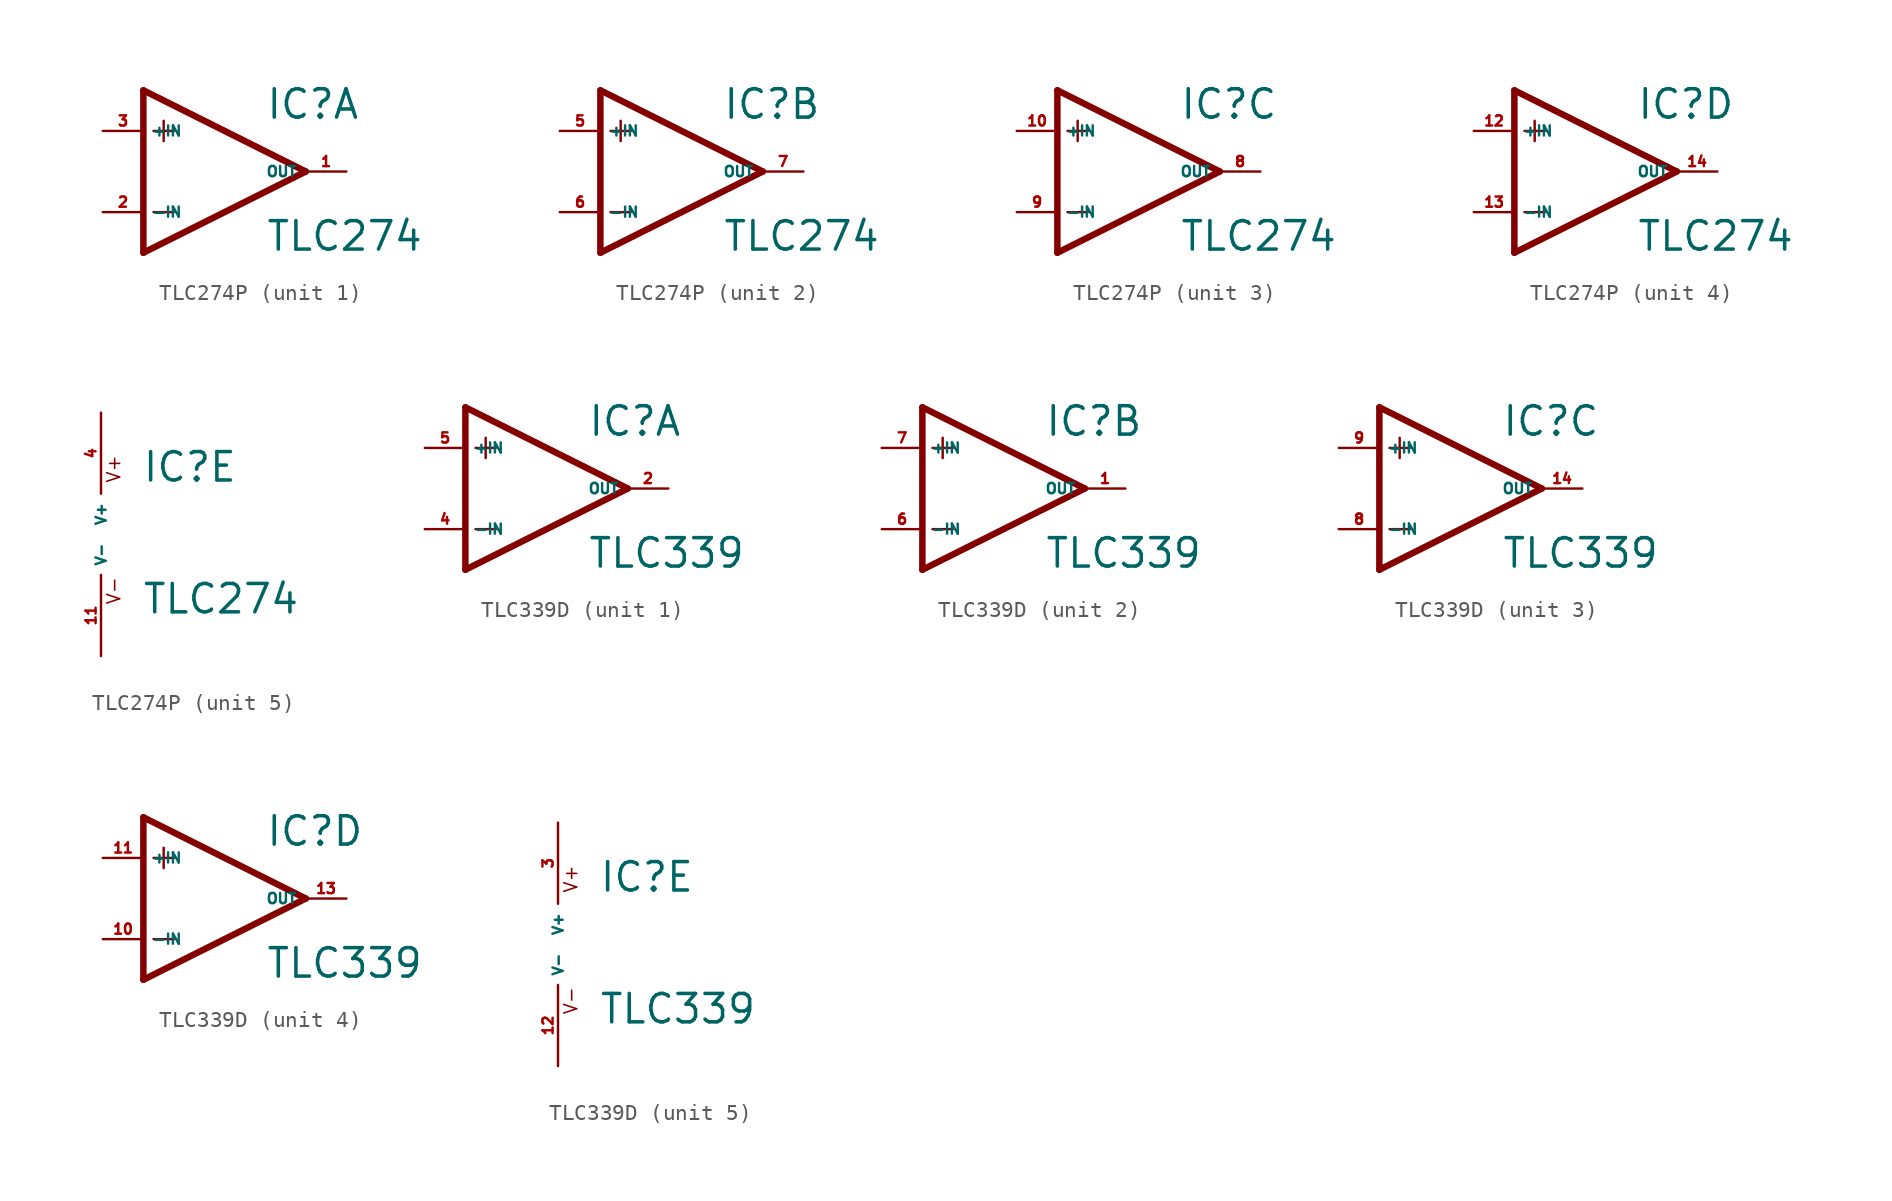
<source format=kicad_sym>
(kicad_symbol_lib
  (version 20220914)
  (generator Eagle2Kicad)
  (symbol "TLC274P"
    (property "Reference" "IC"
      (at 2.54 3.175 0)
      (effects (font (size 1.778 1.778) (thickness 0.22)) (justify left bottom)))
    (property "Value" "TLC274"
      (at 2.54 -5.08 0)
      (effects (font (size 1.778 1.778) (thickness 0.22)) (justify left bottom)))
    (symbol "TLC274P_1_0"
      (polyline (pts (xy -5.08 5.08) (xy -5.08 -5.08)) (stroke (width 0.406) (type default)) (fill (type none)))
      (polyline (pts (xy -5.08 -5.08) (xy 5.08 0)) (stroke (width 0.406) (type default)) (fill (type none)))
      (polyline (pts (xy 5.08 0) (xy -5.08 5.08)) (stroke (width 0.406) (type default)) (fill (type none)))
      (polyline (pts (xy -3.81 3.175) (xy -3.81 1.905)) (stroke (width 0.152) (type default)) (fill (type none)))
      (polyline (pts (xy -4.445 2.54) (xy -3.175 2.54)) (stroke (width 0.152) (type default)) (fill (type none)))
      (polyline (pts (xy -4.445 -2.54) (xy -3.175 -2.54)) (stroke (width 0.152) (type default)) (fill (type none)))
      (pin input line (at -7.62 -2.54 0) (length 2.54) (name "-IN" (effects (font (size 0.635 0.635) (thickness 0.08)) (justify left bottom))) (number "2" (effects (font (size 0.635 0.635) (thickness 0.08)) (justify left bottom))))
      (pin input line (at -7.62 2.54 0) (length 2.54) (name "+IN" (effects (font (size 0.635 0.635) (thickness 0.08)) (justify left bottom))) (number "3" (effects (font (size 0.635 0.635) (thickness 0.08)) (justify left bottom))))
      (pin output line (at 7.62 0 180) (length 2.54) (name "OUT" (effects (font (size 0.635 0.635) (thickness 0.08)) (justify left bottom))) (number "1" (effects (font (size 0.635 0.635) (thickness 0.08)) (justify left bottom)))))
    (symbol "TLC274P_2_0"
      (polyline (pts (xy -5.08 5.08) (xy -5.08 -5.08)) (stroke (width 0.406) (type default)) (fill (type none)))
      (polyline (pts (xy -5.08 -5.08) (xy 5.08 0)) (stroke (width 0.406) (type default)) (fill (type none)))
      (polyline (pts (xy 5.08 0) (xy -5.08 5.08)) (stroke (width 0.406) (type default)) (fill (type none)))
      (polyline (pts (xy -3.81 3.175) (xy -3.81 1.905)) (stroke (width 0.152) (type default)) (fill (type none)))
      (polyline (pts (xy -4.445 2.54) (xy -3.175 2.54)) (stroke (width 0.152) (type default)) (fill (type none)))
      (polyline (pts (xy -4.445 -2.54) (xy -3.175 -2.54)) (stroke (width 0.152) (type default)) (fill (type none)))
      (pin input line (at -7.62 -2.54 0) (length 2.54) (name "-IN" (effects (font (size 0.635 0.635) (thickness 0.08)) (justify left bottom))) (number "6" (effects (font (size 0.635 0.635) (thickness 0.08)) (justify left bottom))))
      (pin input line (at -7.62 2.54 0) (length 2.54) (name "+IN" (effects (font (size 0.635 0.635) (thickness 0.08)) (justify left bottom))) (number "5" (effects (font (size 0.635 0.635) (thickness 0.08)) (justify left bottom))))
      (pin output line (at 7.62 0 180) (length 2.54) (name "OUT" (effects (font (size 0.635 0.635) (thickness 0.08)) (justify left bottom))) (number "7" (effects (font (size 0.635 0.635) (thickness 0.08)) (justify left bottom)))))
    (symbol "TLC274P_3_0"
      (polyline (pts (xy -5.08 5.08) (xy -5.08 -5.08)) (stroke (width 0.406) (type default)) (fill (type none)))
      (polyline (pts (xy -5.08 -5.08) (xy 5.08 0)) (stroke (width 0.406) (type default)) (fill (type none)))
      (polyline (pts (xy 5.08 0) (xy -5.08 5.08)) (stroke (width 0.406) (type default)) (fill (type none)))
      (polyline (pts (xy -3.81 3.175) (xy -3.81 1.905)) (stroke (width 0.152) (type default)) (fill (type none)))
      (polyline (pts (xy -4.445 2.54) (xy -3.175 2.54)) (stroke (width 0.152) (type default)) (fill (type none)))
      (polyline (pts (xy -4.445 -2.54) (xy -3.175 -2.54)) (stroke (width 0.152) (type default)) (fill (type none)))
      (pin input line (at -7.62 -2.54 0) (length 2.54) (name "-IN" (effects (font (size 0.635 0.635) (thickness 0.08)) (justify left bottom))) (number "9" (effects (font (size 0.635 0.635) (thickness 0.08)) (justify left bottom))))
      (pin input line (at -7.62 2.54 0) (length 2.54) (name "+IN" (effects (font (size 0.635 0.635) (thickness 0.08)) (justify left bottom))) (number "10" (effects (font (size 0.635 0.635) (thickness 0.08)) (justify left bottom))))
      (pin output line (at 7.62 0 180) (length 2.54) (name "OUT" (effects (font (size 0.635 0.635) (thickness 0.08)) (justify left bottom))) (number "8" (effects (font (size 0.635 0.635) (thickness 0.08)) (justify left bottom)))))
    (symbol "TLC274P_4_0"
      (polyline (pts (xy -5.08 5.08) (xy -5.08 -5.08)) (stroke (width 0.406) (type default)) (fill (type none)))
      (polyline (pts (xy -5.08 -5.08) (xy 5.08 0)) (stroke (width 0.406) (type default)) (fill (type none)))
      (polyline (pts (xy 5.08 0) (xy -5.08 5.08)) (stroke (width 0.406) (type default)) (fill (type none)))
      (polyline (pts (xy -3.81 3.175) (xy -3.81 1.905)) (stroke (width 0.152) (type default)) (fill (type none)))
      (polyline (pts (xy -4.445 2.54) (xy -3.175 2.54)) (stroke (width 0.152) (type default)) (fill (type none)))
      (polyline (pts (xy -4.445 -2.54) (xy -3.175 -2.54)) (stroke (width 0.152) (type default)) (fill (type none)))
      (pin input line (at -7.62 -2.54 0) (length 2.54) (name "-IN" (effects (font (size 0.635 0.635) (thickness 0.08)) (justify left bottom))) (number "13" (effects (font (size 0.635 0.635) (thickness 0.08)) (justify left bottom))))
      (pin input line (at -7.62 2.54 0) (length 2.54) (name "+IN" (effects (font (size 0.635 0.635) (thickness 0.08)) (justify left bottom))) (number "12" (effects (font (size 0.635 0.635) (thickness 0.08)) (justify left bottom))))
      (pin output line (at 7.62 0 180) (length 2.54) (name "OUT" (effects (font (size 0.635 0.635) (thickness 0.08)) (justify left bottom))) (number "14" (effects (font (size 0.635 0.635) (thickness 0.08)) (justify left bottom)))))
    (symbol "TLC274P_5_0"
      (text "V+" (at 1.27 3.175 900) (effects (font (size 0.813 0.813) (thickness 0.10)) (justify left bottom)))
      (text "V-" (at 1.27 -4.445 900) (effects (font (size 0.813 0.813) (thickness 0.10)) (justify left bottom)))
      (pin unspecified line (at 0 7.62 270) (length 5.08) (name "V+" (effects (font (size 0.635 0.635) (thickness 0.08)) (justify left bottom))) (number "4" (effects (font (size 0.635 0.635) (thickness 0.08)) (justify left bottom))))
      (pin unspecified line (at 0 -7.62 90) (length 5.08) (name "V-" (effects (font (size 0.635 0.635) (thickness 0.08)) (justify left bottom))) (number "11" (effects (font (size 0.635 0.635) (thickness 0.08)) (justify left bottom))))))
  (symbol "TLC339D"
    (property "Reference" "IC"
      (at 2.54 3.175 0)
      (effects (font (size 1.778 1.778) (thickness 0.22)) (justify left bottom)))
    (property "Value" "TLC339"
      (at 2.54 -5.08 0)
      (effects (font (size 1.778 1.778) (thickness 0.22)) (justify left bottom)))
    (symbol "TLC339D_1_0"
      (polyline (pts (xy -5.08 5.08) (xy -5.08 -5.08)) (stroke (width 0.406) (type default)) (fill (type none)))
      (polyline (pts (xy -5.08 -5.08) (xy 5.08 0)) (stroke (width 0.406) (type default)) (fill (type none)))
      (polyline (pts (xy 5.08 0) (xy -5.08 5.08)) (stroke (width 0.406) (type default)) (fill (type none)))
      (polyline (pts (xy -3.81 3.175) (xy -3.81 1.905)) (stroke (width 0.152) (type default)) (fill (type none)))
      (polyline (pts (xy -4.445 2.54) (xy -3.175 2.54)) (stroke (width 0.152) (type default)) (fill (type none)))
      (polyline (pts (xy -4.445 -2.54) (xy -3.175 -2.54)) (stroke (width 0.152) (type default)) (fill (type none)))
      (pin input line (at -7.62 -2.54 0) (length 2.54) (name "-IN" (effects (font (size 0.635 0.635) (thickness 0.08)) (justify left bottom))) (number "4" (effects (font (size 0.635 0.635) (thickness 0.08)) (justify left bottom))))
      (pin input line (at -7.62 2.54 0) (length 2.54) (name "+IN" (effects (font (size 0.635 0.635) (thickness 0.08)) (justify left bottom))) (number "5" (effects (font (size 0.635 0.635) (thickness 0.08)) (justify left bottom))))
      (pin output line (at 7.62 0 180) (length 2.54) (name "OUT" (effects (font (size 0.635 0.635) (thickness 0.08)) (justify left bottom))) (number "2" (effects (font (size 0.635 0.635) (thickness 0.08)) (justify left bottom)))))
    (symbol "TLC339D_2_0"
      (polyline (pts (xy -5.08 5.08) (xy -5.08 -5.08)) (stroke (width 0.406) (type default)) (fill (type none)))
      (polyline (pts (xy -5.08 -5.08) (xy 5.08 0)) (stroke (width 0.406) (type default)) (fill (type none)))
      (polyline (pts (xy 5.08 0) (xy -5.08 5.08)) (stroke (width 0.406) (type default)) (fill (type none)))
      (polyline (pts (xy -3.81 3.175) (xy -3.81 1.905)) (stroke (width 0.152) (type default)) (fill (type none)))
      (polyline (pts (xy -4.445 2.54) (xy -3.175 2.54)) (stroke (width 0.152) (type default)) (fill (type none)))
      (polyline (pts (xy -4.445 -2.54) (xy -3.175 -2.54)) (stroke (width 0.152) (type default)) (fill (type none)))
      (pin input line (at -7.62 -2.54 0) (length 2.54) (name "-IN" (effects (font (size 0.635 0.635) (thickness 0.08)) (justify left bottom))) (number "6" (effects (font (size 0.635 0.635) (thickness 0.08)) (justify left bottom))))
      (pin input line (at -7.62 2.54 0) (length 2.54) (name "+IN" (effects (font (size 0.635 0.635) (thickness 0.08)) (justify left bottom))) (number "7" (effects (font (size 0.635 0.635) (thickness 0.08)) (justify left bottom))))
      (pin output line (at 7.62 0 180) (length 2.54) (name "OUT" (effects (font (size 0.635 0.635) (thickness 0.08)) (justify left bottom))) (number "1" (effects (font (size 0.635 0.635) (thickness 0.08)) (justify left bottom)))))
    (symbol "TLC339D_3_0"
      (polyline (pts (xy -5.08 5.08) (xy -5.08 -5.08)) (stroke (width 0.406) (type default)) (fill (type none)))
      (polyline (pts (xy -5.08 -5.08) (xy 5.08 0)) (stroke (width 0.406) (type default)) (fill (type none)))
      (polyline (pts (xy 5.08 0) (xy -5.08 5.08)) (stroke (width 0.406) (type default)) (fill (type none)))
      (polyline (pts (xy -3.81 3.175) (xy -3.81 1.905)) (stroke (width 0.152) (type default)) (fill (type none)))
      (polyline (pts (xy -4.445 2.54) (xy -3.175 2.54)) (stroke (width 0.152) (type default)) (fill (type none)))
      (polyline (pts (xy -4.445 -2.54) (xy -3.175 -2.54)) (stroke (width 0.152) (type default)) (fill (type none)))
      (pin input line (at -7.62 -2.54 0) (length 2.54) (name "-IN" (effects (font (size 0.635 0.635) (thickness 0.08)) (justify left bottom))) (number "8" (effects (font (size 0.635 0.635) (thickness 0.08)) (justify left bottom))))
      (pin input line (at -7.62 2.54 0) (length 2.54) (name "+IN" (effects (font (size 0.635 0.635) (thickness 0.08)) (justify left bottom))) (number "9" (effects (font (size 0.635 0.635) (thickness 0.08)) (justify left bottom))))
      (pin output line (at 7.62 0 180) (length 2.54) (name "OUT" (effects (font (size 0.635 0.635) (thickness 0.08)) (justify left bottom))) (number "14" (effects (font (size 0.635 0.635) (thickness 0.08)) (justify left bottom)))))
    (symbol "TLC339D_4_0"
      (polyline (pts (xy -5.08 5.08) (xy -5.08 -5.08)) (stroke (width 0.406) (type default)) (fill (type none)))
      (polyline (pts (xy -5.08 -5.08) (xy 5.08 0)) (stroke (width 0.406) (type default)) (fill (type none)))
      (polyline (pts (xy 5.08 0) (xy -5.08 5.08)) (stroke (width 0.406) (type default)) (fill (type none)))
      (polyline (pts (xy -3.81 3.175) (xy -3.81 1.905)) (stroke (width 0.152) (type default)) (fill (type none)))
      (polyline (pts (xy -4.445 2.54) (xy -3.175 2.54)) (stroke (width 0.152) (type default)) (fill (type none)))
      (polyline (pts (xy -4.445 -2.54) (xy -3.175 -2.54)) (stroke (width 0.152) (type default)) (fill (type none)))
      (pin input line (at -7.62 -2.54 0) (length 2.54) (name "-IN" (effects (font (size 0.635 0.635) (thickness 0.08)) (justify left bottom))) (number "10" (effects (font (size 0.635 0.635) (thickness 0.08)) (justify left bottom))))
      (pin input line (at -7.62 2.54 0) (length 2.54) (name "+IN" (effects (font (size 0.635 0.635) (thickness 0.08)) (justify left bottom))) (number "11" (effects (font (size 0.635 0.635) (thickness 0.08)) (justify left bottom))))
      (pin output line (at 7.62 0 180) (length 2.54) (name "OUT" (effects (font (size 0.635 0.635) (thickness 0.08)) (justify left bottom))) (number "13" (effects (font (size 0.635 0.635) (thickness 0.08)) (justify left bottom)))))
    (symbol "TLC339D_5_0"
      (text "V+" (at 1.27 3.175 900) (effects (font (size 0.813 0.813) (thickness 0.10)) (justify left bottom)))
      (text "V-" (at 1.27 -4.445 900) (effects (font (size 0.813 0.813) (thickness 0.10)) (justify left bottom)))
      (pin unspecified line (at 0 7.62 270) (length 5.08) (name "V+" (effects (font (size 0.635 0.635) (thickness 0.08)) (justify left bottom))) (number "3" (effects (font (size 0.635 0.635) (thickness 0.08)) (justify left bottom))))
      (pin unspecified line (at 0 -7.62 90) (length 5.08) (name "V-" (effects (font (size 0.635 0.635) (thickness 0.08)) (justify left bottom))) (number "12" (effects (font (size 0.635 0.635) (thickness 0.08)) (justify left bottom)))))))
</source>
